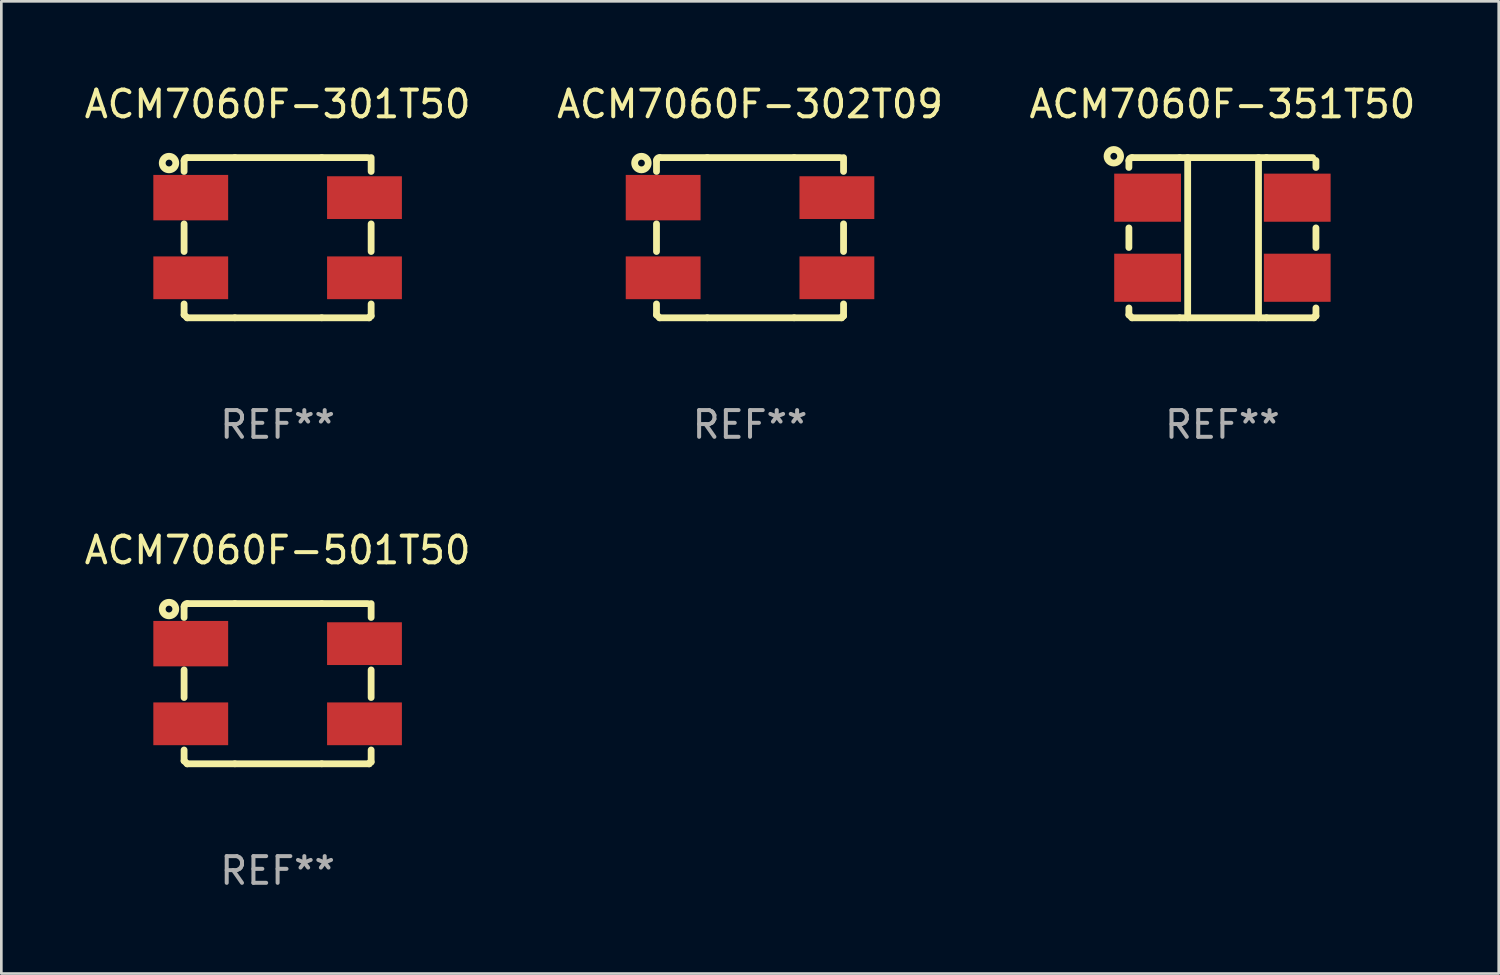
<source format=kicad_pcb>
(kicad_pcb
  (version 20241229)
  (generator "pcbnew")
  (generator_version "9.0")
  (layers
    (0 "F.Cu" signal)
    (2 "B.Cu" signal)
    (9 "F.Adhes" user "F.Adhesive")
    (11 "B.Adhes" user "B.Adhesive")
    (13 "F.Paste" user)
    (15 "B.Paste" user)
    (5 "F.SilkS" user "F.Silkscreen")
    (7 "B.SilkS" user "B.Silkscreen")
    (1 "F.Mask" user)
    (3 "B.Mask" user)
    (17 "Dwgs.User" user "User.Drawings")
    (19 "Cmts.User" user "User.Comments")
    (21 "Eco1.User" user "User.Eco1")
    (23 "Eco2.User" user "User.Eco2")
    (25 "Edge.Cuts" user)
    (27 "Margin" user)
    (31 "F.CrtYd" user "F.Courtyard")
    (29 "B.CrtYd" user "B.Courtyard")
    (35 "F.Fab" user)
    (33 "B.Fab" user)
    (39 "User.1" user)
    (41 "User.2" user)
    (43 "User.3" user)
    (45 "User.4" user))
  (footprint "ACM7060F-302T09"
    (layer "F.Cu")
    (at 25.018 5.845)
    (property "Reference" "ACM7060F-302T09" (at 0 -4.997 0) (layer "F.SilkS") (effects (font (size 1 1) (thickness 0.15))))
    (attr through_hole)
    (fp_line (start -3.5 -2.888) (end -3.5 -2.479) (stroke (width 0.254) (type solid)) (layer "F.SilkS"))
    (fp_line (start -3.5 -0.516) (end -3.5 0.517) (stroke (width 0.254) (type solid)) (layer "F.SilkS"))
    (fp_line (start -3.5 2.48) (end -3.5 2.888) (stroke (width 0.254) (type solid)) (layer "F.SilkS"))
    (fp_line (start -3.378 -2.997) (end -1.6 -2.997) (stroke (width 0.254) (type solid)) (layer "F.SilkS"))
    (fp_line (start -1.6 -2.997) (end 1.651 -2.997) (stroke (width 0.254) (type solid)) (layer "F.SilkS"))
    (fp_line (start -1.6 2.997) (end -3.378 2.997) (stroke (width 0.254) (type solid)) (layer "F.SilkS"))
    (fp_line (start 1.651 -2.997) (end 3.378 -2.997) (stroke (width 0.254) (type solid)) (layer "F.SilkS"))
    (fp_line (start 1.651 2.997) (end -1.6 2.997) (stroke (width 0.254) (type solid)) (layer "F.SilkS"))
    (fp_line (start 3.429 2.997) (end 1.651 2.997) (stroke (width 0.254) (type solid)) (layer "F.SilkS"))
    (fp_line (start 3.5 -2.479) (end 3.5 -2.997) (stroke (width 0.254) (type solid)) (layer "F.SilkS"))
    (fp_line (start 3.5 0.517) (end 3.5 -0.516) (stroke (width 0.254) (type solid)) (layer "F.SilkS"))
    (fp_line (start 3.5 2.929) (end 3.5 2.48) (stroke (width 0.254) (type solid)) (layer "F.SilkS"))
    (fp_arc (start -3.5 -2.888189) (mid -3.467264 -2.967257) (end -3.3882 -3) (stroke (width 0.254001) (type solid)) (layer "F.SilkS"))
    (fp_arc (start -3.5 2.888189) (mid -3.440711 2.940705) (end -3.3882 3) (stroke (width 0.254001) (type solid)) (layer "F.SilkS"))
    (fp_arc (start 3.4293 3) (mid 3.450071 2.950075) (end 3.5 2.929312) (stroke (width 0.254001) (type solid)) (layer "F.SilkS"))
    (fp_circle (center -4.064 -2.793) (end -3.81 -2.793) (stroke (width 0.254) (type solid)) (fill no) (layer "F.SilkS"))
    (fp_circle (center -3.5 -2.999) (end -3.47 -2.999) (stroke (width 0.06) (type solid)) (fill no) (layer "F.SilkS"))
    (fp_text user "REF**" (at 0 6.997 0) (layer "F.Fab") (effects (font (size 1 1) (thickness 0.15))))
    (pad "1" smd rect (at -3.251 -1.499) (size 2.8 1.7) (layers "F.Cu" "F.Mask" "F.Paste"))
    (pad "2" smd rect (at -3.251 1.501) (size 2.8 1.6) (layers "F.Cu" "F.Mask" "F.Paste"))
    (pad "3" smd rect (at 3.251 1.501) (size 2.8 1.6) (layers "F.Cu" "F.Mask" "F.Paste"))
    (pad "4" smd rect (at 3.251 -1.499) (size 2.8 1.6) (layers "F.Cu" "F.Mask" "F.Paste")))
  (footprint "ACM7060F-351T50"
    (layer "F.Cu")
    (at 42.696 5.845)
    (property "Reference" "ACM7060F-351T50" (at 0 -4.997 0) (layer "F.SilkS") (effects (font (size 1 1) (thickness 0.15))))
    (attr through_hole)
    (fp_line (start -3.5 -2.888) (end -3.5 -2.628) (stroke (width 0.254) (type solid)) (layer "F.SilkS"))
    (fp_line (start -3.5 -0.366) (end -3.5 0.367) (stroke (width 0.254) (type solid)) (layer "F.SilkS"))
    (fp_line (start -3.5 2.63) (end -3.5 2.888) (stroke (width 0.254) (type solid)) (layer "F.SilkS"))
    (fp_line (start -3.378 -2.997) (end -1.6 -2.997) (stroke (width 0.254) (type solid)) (layer "F.SilkS"))
    (fp_line (start -1.6 -2.997) (end 1.651 -2.997) (stroke (width 0.254) (type solid)) (layer "F.SilkS"))
    (fp_line (start -1.6 2.997) (end -3.378 2.997) (stroke (width 0.254) (type solid)) (layer "F.SilkS"))
    (fp_line (start -1.3 -2.997) (end -1.3 2.997) (stroke (width 0.254) (type solid)) (layer "F.SilkS"))
    (fp_line (start 1.351 -2.997) (end 1.351 2.997) (stroke (width 0.254) (type solid)) (layer "F.SilkS"))
    (fp_line (start 1.651 -2.997) (end 3.378 -2.997) (stroke (width 0.254) (type solid)) (layer "F.SilkS"))
    (fp_line (start 1.651 2.997) (end -1.6 2.997) (stroke (width 0.254) (type solid)) (layer "F.SilkS"))
    (fp_line (start 3.429 2.997) (end 1.651 2.997) (stroke (width 0.254) (type solid)) (layer "F.SilkS"))
    (fp_line (start 3.5 -2.888) (end 3.5 -2.628) (stroke (width 0.254) (type solid)) (layer "F.SilkS"))
    (fp_line (start 3.5 -0.366) (end 3.5 0.367) (stroke (width 0.254) (type solid)) (layer "F.SilkS"))
    (fp_line (start 3.5 2.63) (end 3.5 2.929) (stroke (width 0.254) (type solid)) (layer "F.SilkS"))
    (fp_arc (start -3.5 -2.888189) (mid -3.467264 -2.967257) (end -3.3882 -3) (stroke (width 0.254001) (type solid)) (layer "F.SilkS"))
    (fp_arc (start -3.5 2.888189) (mid -3.440711 2.940705) (end -3.3882 3) (stroke (width 0.254001) (type solid)) (layer "F.SilkS"))
    (fp_arc (start 3.4293 3) (mid 3.450071 2.950075) (end 3.5 2.929312) (stroke (width 0.254001) (type solid)) (layer "F.SilkS"))
    (fp_circle (center -4.064 -3.047) (end -3.81 -3.047) (stroke (width 0.254) (type solid)) (fill no) (layer "F.SilkS"))
    (fp_circle (center -3.5 -2.999) (end -3.47 -2.999) (stroke (width 0.06) (type solid)) (fill no) (layer "F.SilkS"))
    (fp_text user "REF**" (at 0 6.997 0) (layer "F.Fab") (effects (font (size 1 1) (thickness 0.15))))
    (pad "1" smd rect (at -2.8 -1.497) (size 2.499 1.8) (layers "F.Cu" "F.Mask" "F.Paste"))
    (pad "2" smd rect (at -2.8 1.499) (size 2.499 1.8) (layers "F.Cu" "F.Mask" "F.Paste"))
    (pad "3" smd rect (at 2.8 1.499) (size 2.499 1.8) (layers "F.Cu" "F.Mask" "F.Paste"))
    (pad "4" smd rect (at 2.8 -1.497) (size 2.499 1.8) (layers "F.Cu" "F.Mask" "F.Paste")))
  (footprint "ACM7060F-501T50"
    (layer "F.Cu")
    (at 7.339 22.536)
    (property "Reference" "ACM7060F-501T50" (at 0 -4.997 0) (layer "F.SilkS") (effects (font (size 1 1) (thickness 0.15))))
    (attr through_hole)
    (fp_line (start -3.5 -2.888) (end -3.5 -2.479) (stroke (width 0.254) (type solid)) (layer "F.SilkS"))
    (fp_line (start -3.5 -0.516) (end -3.5 0.517) (stroke (width 0.254) (type solid)) (layer "F.SilkS"))
    (fp_line (start -3.5 2.48) (end -3.5 2.888) (stroke (width 0.254) (type solid)) (layer "F.SilkS"))
    (fp_line (start -3.378 -2.997) (end -1.6 -2.997) (stroke (width 0.254) (type solid)) (layer "F.SilkS"))
    (fp_line (start -1.6 -2.997) (end 1.651 -2.997) (stroke (width 0.254) (type solid)) (layer "F.SilkS"))
    (fp_line (start -1.6 2.997) (end -3.378 2.997) (stroke (width 0.254) (type solid)) (layer "F.SilkS"))
    (fp_line (start 1.651 -2.997) (end 3.378 -2.997) (stroke (width 0.254) (type solid)) (layer "F.SilkS"))
    (fp_line (start 1.651 2.997) (end -1.6 2.997) (stroke (width 0.254) (type solid)) (layer "F.SilkS"))
    (fp_line (start 3.429 2.997) (end 1.651 2.997) (stroke (width 0.254) (type solid)) (layer "F.SilkS"))
    (fp_line (start 3.5 -2.479) (end 3.5 -2.997) (stroke (width 0.254) (type solid)) (layer "F.SilkS"))
    (fp_line (start 3.5 0.517) (end 3.5 -0.516) (stroke (width 0.254) (type solid)) (layer "F.SilkS"))
    (fp_line (start 3.5 2.929) (end 3.5 2.48) (stroke (width 0.254) (type solid)) (layer "F.SilkS"))
    (fp_arc (start -3.5 -2.888189) (mid -3.467264 -2.967257) (end -3.3882 -3) (stroke (width 0.254001) (type solid)) (layer "F.SilkS"))
    (fp_arc (start -3.5 2.888189) (mid -3.440711 2.940705) (end -3.3882 3) (stroke (width 0.254001) (type solid)) (layer "F.SilkS"))
    (fp_arc (start 3.4293 3) (mid 3.450071 2.950075) (end 3.5 2.929312) (stroke (width 0.254001) (type solid)) (layer "F.SilkS"))
    (fp_circle (center -4.064 -2.793) (end -3.81 -2.793) (stroke (width 0.254) (type solid)) (fill no) (layer "F.SilkS"))
    (fp_circle (center -3.5 -2.999) (end -3.47 -2.999) (stroke (width 0.06) (type solid)) (fill no) (layer "F.SilkS"))
    (fp_text user "REF**" (at 0 6.997 0) (layer "F.Fab") (effects (font (size 1 1) (thickness 0.15))))
    (pad "1" smd rect (at -3.251 -1.499) (size 2.8 1.7) (layers "F.Cu" "F.Mask" "F.Paste"))
    (pad "2" smd rect (at -3.251 1.501) (size 2.8 1.6) (layers "F.Cu" "F.Mask" "F.Paste"))
    (pad "3" smd rect (at 3.251 1.501) (size 2.8 1.6) (layers "F.Cu" "F.Mask" "F.Paste"))
    (pad "4" smd rect (at 3.251 -1.499) (size 2.8 1.6) (layers "F.Cu" "F.Mask" "F.Paste")))
  (footprint "ACM7060F-301T50"
    (layer "F.Cu")
    (at 7.339 5.845)
    (property "Reference" "ACM7060F-301T50" (at 0 -4.997 0) (layer "F.SilkS") (effects (font (size 1 1) (thickness 0.15))))
    (attr through_hole)
    (fp_line (start -3.5 -2.888) (end -3.5 -2.479) (stroke (width 0.254) (type solid)) (layer "F.SilkS"))
    (fp_line (start -3.5 -0.516) (end -3.5 0.517) (stroke (width 0.254) (type solid)) (layer "F.SilkS"))
    (fp_line (start -3.5 2.48) (end -3.5 2.888) (stroke (width 0.254) (type solid)) (layer "F.SilkS"))
    (fp_line (start -3.378 -2.997) (end -1.6 -2.997) (stroke (width 0.254) (type solid)) (layer "F.SilkS"))
    (fp_line (start -1.6 -2.997) (end 1.651 -2.997) (stroke (width 0.254) (type solid)) (layer "F.SilkS"))
    (fp_line (start -1.6 2.997) (end -3.378 2.997) (stroke (width 0.254) (type solid)) (layer "F.SilkS"))
    (fp_line (start 1.651 -2.997) (end 3.378 -2.997) (stroke (width 0.254) (type solid)) (layer "F.SilkS"))
    (fp_line (start 1.651 2.997) (end -1.6 2.997) (stroke (width 0.254) (type solid)) (layer "F.SilkS"))
    (fp_line (start 3.429 2.997) (end 1.651 2.997) (stroke (width 0.254) (type solid)) (layer "F.SilkS"))
    (fp_line (start 3.5 -2.479) (end 3.5 -2.997) (stroke (width 0.254) (type solid)) (layer "F.SilkS"))
    (fp_line (start 3.5 0.517) (end 3.5 -0.516) (stroke (width 0.254) (type solid)) (layer "F.SilkS"))
    (fp_line (start 3.5 2.929) (end 3.5 2.48) (stroke (width 0.254) (type solid)) (layer "F.SilkS"))
    (fp_arc (start -3.5 -2.888189) (mid -3.467264 -2.967257) (end -3.3882 -3) (stroke (width 0.254001) (type solid)) (layer "F.SilkS"))
    (fp_arc (start -3.5 2.888189) (mid -3.440711 2.940705) (end -3.3882 3) (stroke (width 0.254001) (type solid)) (layer "F.SilkS"))
    (fp_arc (start 3.4293 3) (mid 3.450071 2.950075) (end 3.5 2.929312) (stroke (width 0.254001) (type solid)) (layer "F.SilkS"))
    (fp_circle (center -4.064 -2.793) (end -3.81 -2.793) (stroke (width 0.254) (type solid)) (fill no) (layer "F.SilkS"))
    (fp_circle (center -3.5 -2.999) (end -3.47 -2.999) (stroke (width 0.06) (type solid)) (fill no) (layer "F.SilkS"))
    (fp_text user "REF**" (at 0 6.997 0) (layer "F.Fab") (effects (font (size 1 1) (thickness 0.15))))
    (pad "1" smd rect (at -3.251 -1.499) (size 2.8 1.7) (layers "F.Cu" "F.Mask" "F.Paste"))
    (pad "2" smd rect (at -3.251 1.501) (size 2.8 1.6) (layers "F.Cu" "F.Mask" "F.Paste"))
    (pad "3" smd rect (at 3.251 1.501) (size 2.8 1.6) (layers "F.Cu" "F.Mask" "F.Paste"))
    (pad "4" smd rect (at 3.251 -1.499) (size 2.8 1.6) (layers "F.Cu" "F.Mask" "F.Paste")))
  (gr_rect
    (start -3 -3)
    (end 53.036 33.382)
    (stroke (width 0.1) (type default))
    (fill no)
    (layer "Edge.Cuts")))
</source>
